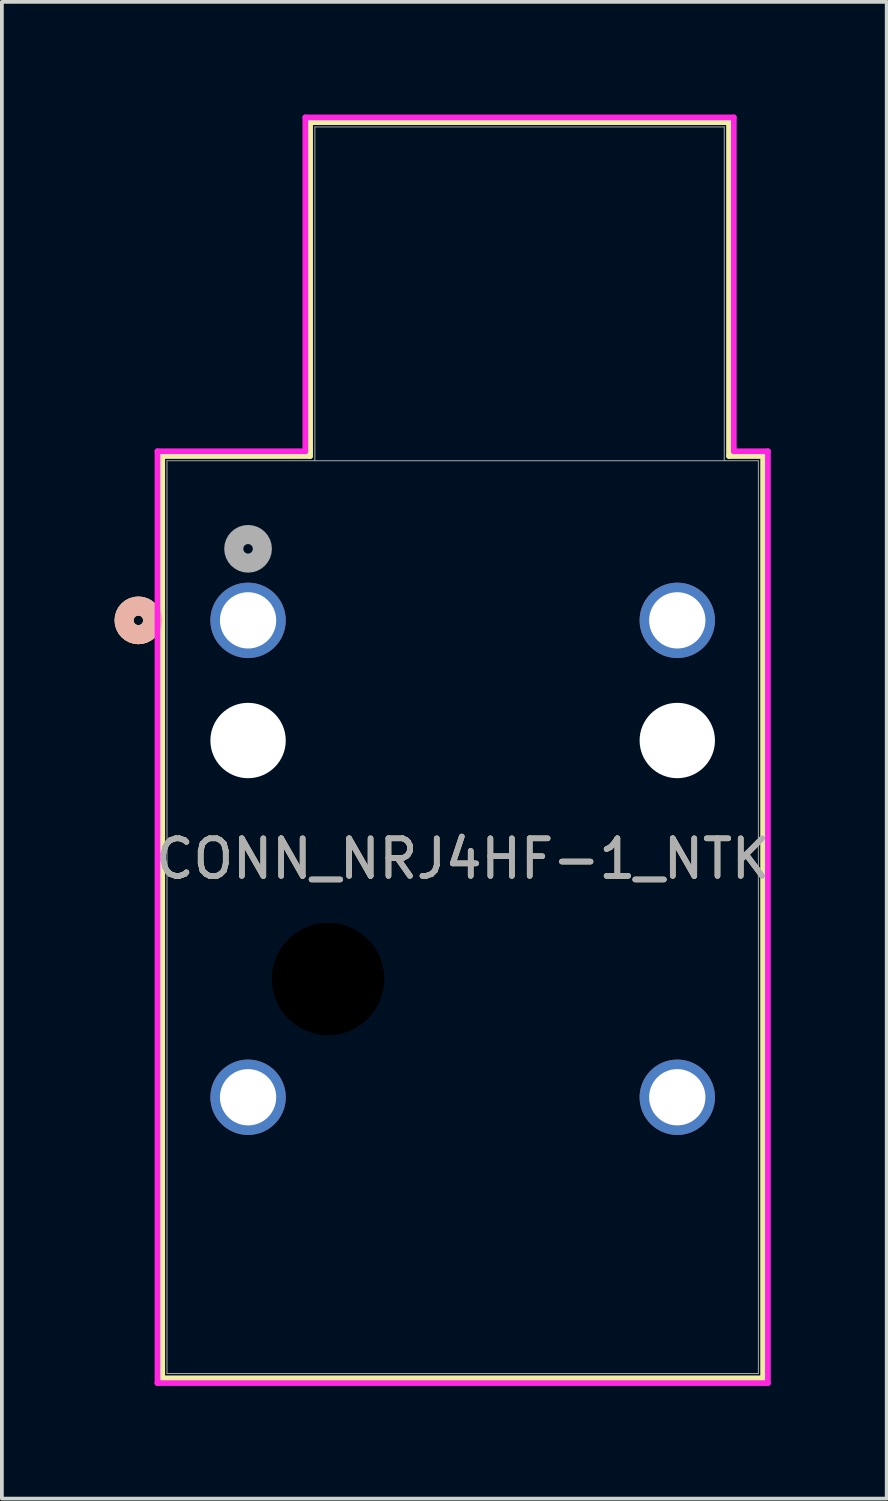
<source format=kicad_pcb>
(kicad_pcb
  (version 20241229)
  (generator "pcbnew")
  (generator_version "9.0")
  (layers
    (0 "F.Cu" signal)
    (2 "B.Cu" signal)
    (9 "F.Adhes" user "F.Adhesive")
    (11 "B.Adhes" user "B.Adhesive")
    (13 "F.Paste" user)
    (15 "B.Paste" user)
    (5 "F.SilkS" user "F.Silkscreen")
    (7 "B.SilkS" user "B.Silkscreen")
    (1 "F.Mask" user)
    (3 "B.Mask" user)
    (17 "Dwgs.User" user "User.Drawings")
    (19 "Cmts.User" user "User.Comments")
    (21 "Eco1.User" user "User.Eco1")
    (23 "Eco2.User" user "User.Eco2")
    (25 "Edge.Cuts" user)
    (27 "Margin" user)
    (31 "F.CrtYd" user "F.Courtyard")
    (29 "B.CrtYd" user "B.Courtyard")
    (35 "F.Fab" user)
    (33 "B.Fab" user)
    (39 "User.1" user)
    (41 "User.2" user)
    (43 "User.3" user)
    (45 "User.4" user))
  (footprint "CONN_NRJ4HF-1_NTK"
    (layer "F.Cu")
    (at 3.556 13.47)
    (property "Reference" "CONN_NRJ4HF-1_NTK" (at 5.715 6.35 0) (unlocked yes) (layer "F.SilkS") (effects (font (size 1 1) (thickness 0.15))))
    (attr through_hole)
    (fp_line (start -2.286 -4.377) (end 1.652 -4.377) (stroke (width 0.152) (type solid)) (layer "F.SilkS"))
    (fp_line (start -2.286 20.185) (end -2.286 -4.377) (stroke (width 0.152) (type solid)) (layer "F.SilkS"))
    (fp_line (start 1.652 -13.267) (end 12.808 -13.267) (stroke (width 0.152) (type solid)) (layer "F.SilkS"))
    (fp_line (start 1.652 -4.377) (end 1.652 -13.267) (stroke (width 0.152) (type solid)) (layer "F.SilkS"))
    (fp_line (start 12.808 -13.267) (end 12.808 -4.377) (stroke (width 0.152) (type solid)) (layer "F.SilkS"))
    (fp_line (start 12.808 -4.377) (end 13.716 -4.377) (stroke (width 0.152) (type solid)) (layer "F.SilkS"))
    (fp_line (start 13.716 -4.377) (end 13.716 20.185) (stroke (width 0.152) (type solid)) (layer "F.SilkS"))
    (fp_line (start 13.716 20.185) (end -2.286 20.185) (stroke (width 0.152) (type solid)) (layer "F.SilkS"))
    (fp_circle (center -2.921 0) (end -2.54 0) (stroke (width 0.508) (type solid)) (fill no) (layer "F.SilkS"))
    (fp_circle (center -2.921 0) (end -2.54 0) (stroke (width 0.508) (type solid)) (fill no) (layer "B.SilkS"))
    (fp_line (start -2.413 -4.504) (end -2.413 20.312) (stroke (width 0.152) (type solid)) (layer "F.CrtYd"))
    (fp_line (start -2.413 20.312) (end 13.843 20.312) (stroke (width 0.152) (type solid)) (layer "F.CrtYd"))
    (fp_line (start 1.525 -13.394) (end 1.525 -4.504) (stroke (width 0.152) (type solid)) (layer "F.CrtYd"))
    (fp_line (start 1.525 -4.504) (end -2.413 -4.504) (stroke (width 0.152) (type solid)) (layer "F.CrtYd"))
    (fp_line (start 12.935 -13.394) (end 1.525 -13.394) (stroke (width 0.152) (type solid)) (layer "F.CrtYd"))
    (fp_line (start 12.935 -4.504) (end 12.935 -13.394) (stroke (width 0.152) (type solid)) (layer "F.CrtYd"))
    (fp_line (start 13.843 -4.504) (end 12.935 -4.504) (stroke (width 0.152) (type solid)) (layer "F.CrtYd"))
    (fp_line (start 13.843 20.312) (end 13.843 -4.504) (stroke (width 0.152) (type solid)) (layer "F.CrtYd"))
    (fp_line (start -2.159 -4.25) (end -2.159 20.058) (stroke (width 0.025) (type solid)) (layer "F.Fab"))
    (fp_line (start -2.159 20.058) (end 13.589 20.058) (stroke (width 0.025) (type solid)) (layer "F.Fab"))
    (fp_line (start 1.779 -13.14) (end 12.681 -13.14) (stroke (width 0.025) (type solid)) (layer "F.Fab"))
    (fp_line (start 1.779 -4.25) (end 1.779 -13.14) (stroke (width 0.025) (type solid)) (layer "F.Fab"))
    (fp_line (start 12.681 -13.14) (end 12.681 -4.25) (stroke (width 0.025) (type solid)) (layer "F.Fab"))
    (fp_line (start 13.589 -4.25) (end -2.159 -4.25) (stroke (width 0.025) (type solid)) (layer "F.Fab"))
    (fp_line (start 13.589 20.058) (end 13.589 -4.25) (stroke (width 0.025) (type solid)) (layer "F.Fab"))
    (fp_circle (center 0 -1.905) (end 0.381 -1.905) (stroke (width 0.508) (type solid)) (fill no) (layer "F.Fab"))
    (fp_text user "${REFERENCE}" (at 5.715 6.35 0) (unlocked yes) (layer "F.Fab") (effects (font (size 1 1) (thickness 0.15))))
    (pad "" np_thru_hole circle (at 0 3.2) (size 2.007 2.007) (drill 2.007) (layers "*.Cu" "*.Mask"))
    (pad "" np_thru_hole circle (at 2.13 9.55) (size 2.997 2.997) (drill 2.997) (layers))
    (pad "" np_thru_hole circle (at 11.43 3.2) (size 2.007 2.007) (drill 2.007) (layers "*.Cu" "*.Mask"))
    (pad "S" thru_hole circle (at 0 0) (size 2.007 2.007) (drill 1.499) (layers "*.Cu" "*.Mask"))
    (pad "SN" thru_hole circle (at 11.43 0) (size 2.007 2.007) (drill 1.499) (layers "*.Cu" "*.Mask"))
    (pad "T" thru_hole circle (at 0 12.7) (size 2.007 2.007) (drill 1.499) (layers "*.Cu" "*.Mask"))
    (pad "TN" thru_hole circle (at 11.43 12.7) (size 2.007 2.007) (drill 1.499) (layers "*.Cu" "*.Mask")))
  (gr_rect
    (start -3 -3)
    (end 20.563 36.858)
    (stroke (width 0.1) (type default))
    (fill no)
    (layer "Edge.Cuts")))
</source>
